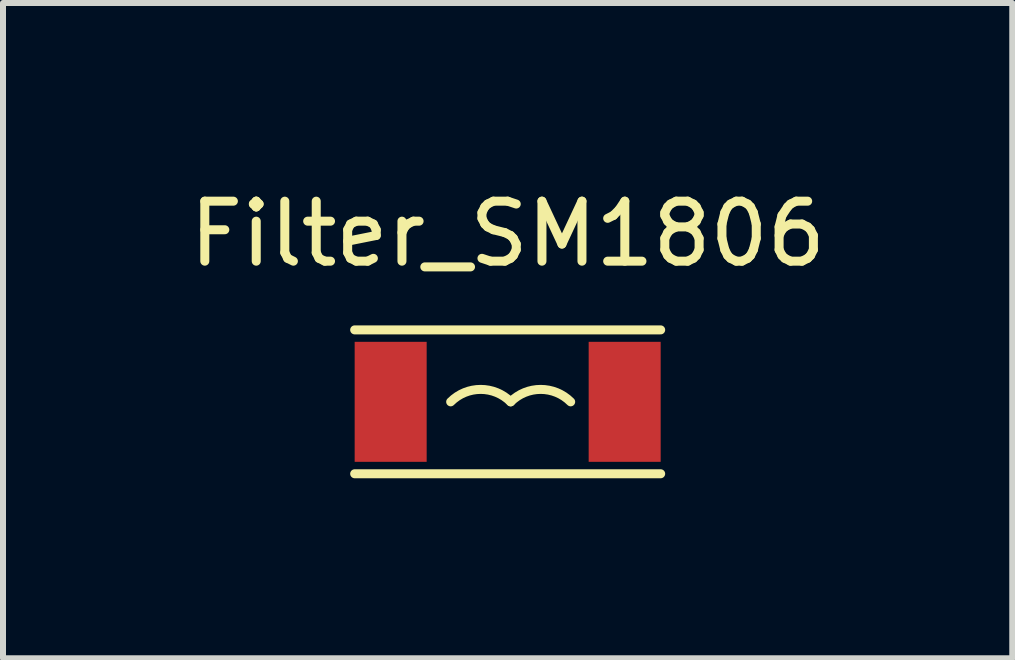
<source format=kicad_pcb>
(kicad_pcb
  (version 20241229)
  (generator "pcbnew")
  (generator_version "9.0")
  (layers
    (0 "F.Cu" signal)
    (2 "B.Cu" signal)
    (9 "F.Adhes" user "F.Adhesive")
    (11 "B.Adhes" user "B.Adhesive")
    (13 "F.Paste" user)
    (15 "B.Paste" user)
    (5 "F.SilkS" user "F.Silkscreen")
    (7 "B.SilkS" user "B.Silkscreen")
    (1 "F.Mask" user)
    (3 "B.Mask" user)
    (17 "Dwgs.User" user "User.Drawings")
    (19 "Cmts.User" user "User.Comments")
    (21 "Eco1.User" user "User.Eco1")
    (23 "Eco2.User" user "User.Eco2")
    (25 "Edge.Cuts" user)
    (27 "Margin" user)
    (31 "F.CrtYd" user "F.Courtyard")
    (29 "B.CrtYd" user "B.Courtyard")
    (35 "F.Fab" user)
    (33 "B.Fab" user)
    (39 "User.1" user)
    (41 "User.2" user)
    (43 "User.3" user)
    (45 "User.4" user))
  (footprint "Filter_SM1806"
    (layer "F.Cu")
    (at 5.411 3.647)
    (property "Reference" "Filter_SM1806" (at 0 -2.799 0) (layer "F.SilkS") (effects (font (size 1 1) (thickness 0.15))))
    (attr smd)
    (fp_line (start 2.55 -1.199) (end -2.55 -1.199) (stroke (width 0.15) (type solid)) (layer "F.SilkS"))
    (fp_line (start 2.55 1.199) (end -2.55 1.199) (stroke (width 0.15) (type solid)) (layer "F.SilkS"))
    (fp_arc (start -0.95 0) (mid -0.45 -0.207107) (end 0.05 0) (stroke (width 0.15) (type solid)) (layer "F.SilkS"))
    (fp_arc (start 0.05 0) (mid 0.55 -0.207107) (end 1.05 0) (stroke (width 0.15) (type solid)) (layer "F.SilkS"))
    (pad "1" smd rect (at -1.95 0) (size 1.2 2) (layers "F.Cu" "F.Mask" "F.Paste"))
    (pad "2" smd rect (at 1.95 0) (size 1.2 2) (layers "F.Cu" "F.Mask" "F.Paste")))
  (gr_rect
    (start -3 -3)
    (end 13.821 7.921)
    (stroke (width 0.1) (type default))
    (fill no)
    (layer "Edge.Cuts")))
</source>
